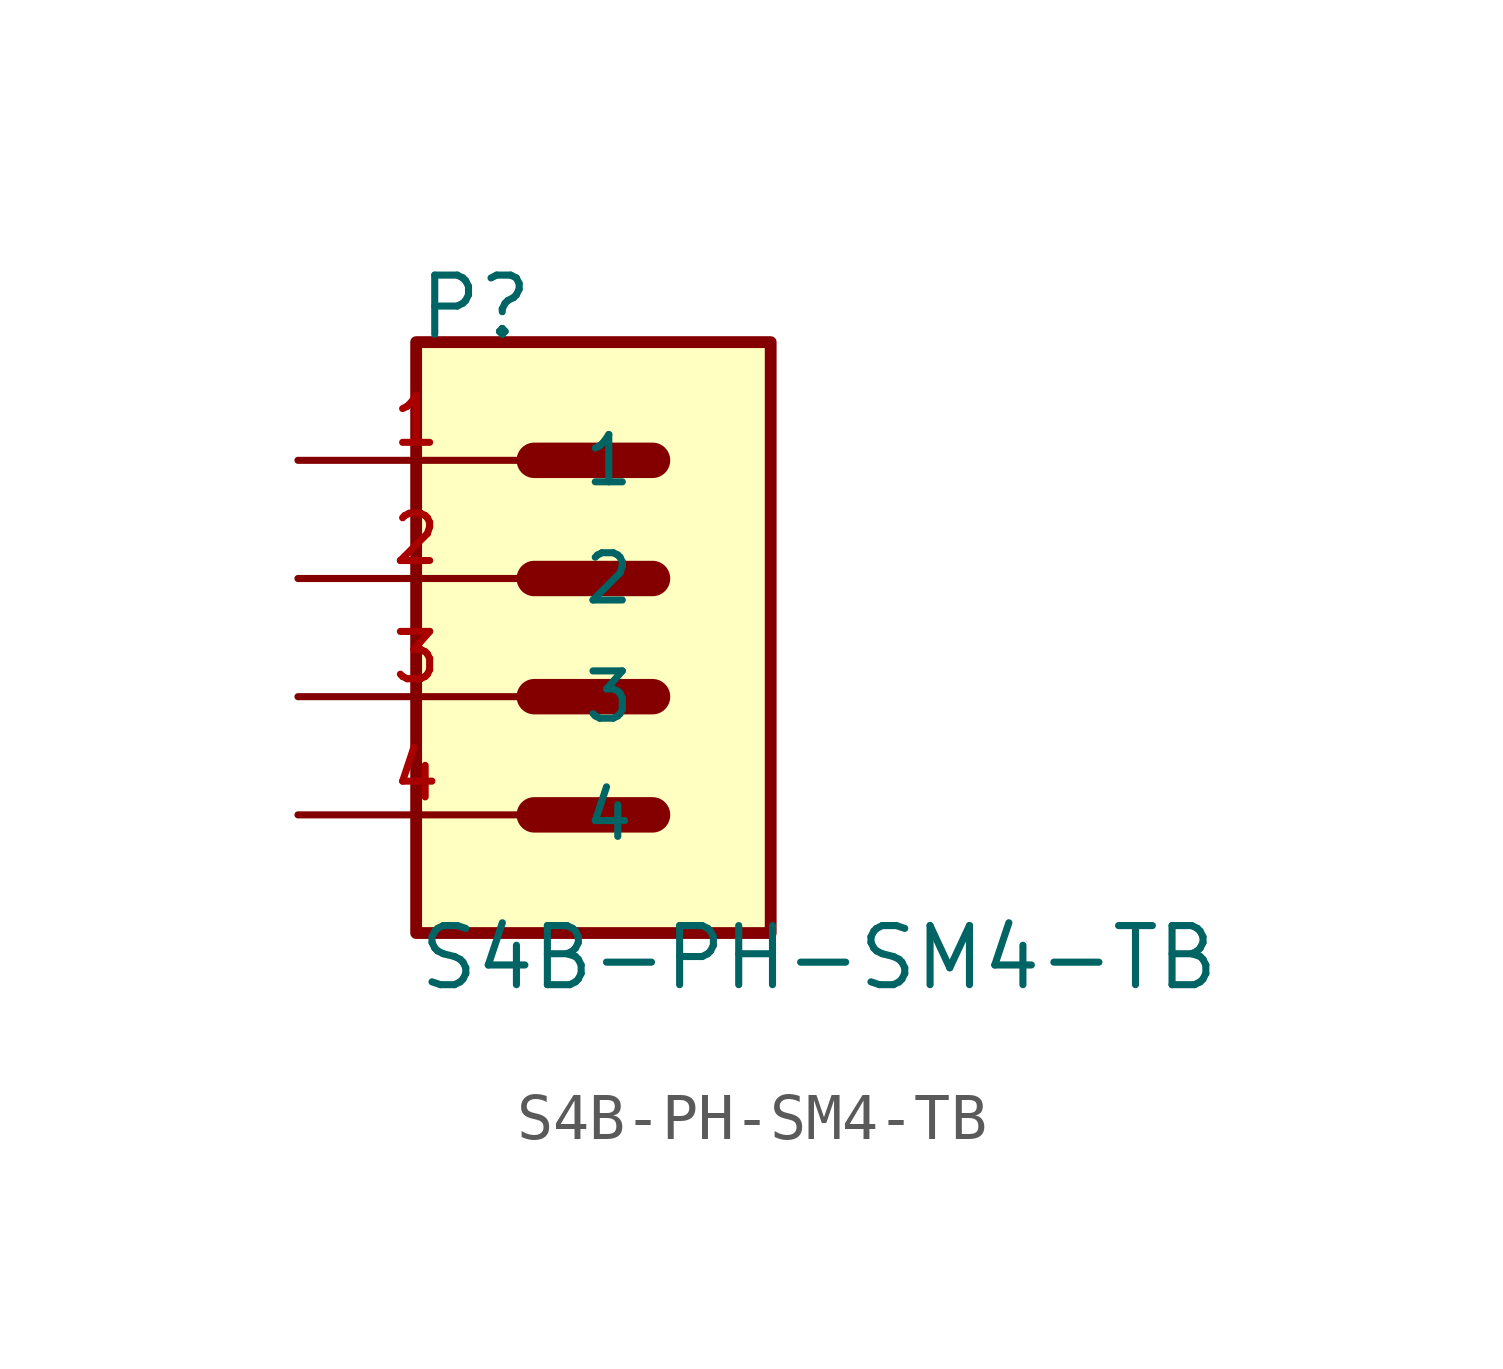
<source format=kicad_sym>
(kicad_symbol_lib
  (version 20211014)
  (generator kicad_symbol_editor)
  (symbol "S4B-PH-SM4-TB"
    (pin_names
      (offset 1.016))
    (property "Reference" "P"
      (at -2.543 6.357 0)
      (effects (font (size 1.27 1.27)) (justify bottom left)))
    (property "Value" "S4B-PH-SM4-TB"
      (at -2.541 -7.623 0)
      (effects (font (size 1.27 1.27)) (justify bottom left)))
    (symbol "S4B-PH-SM4-TB_0_0"
      (polyline (pts (xy 0.0 3.81) (xy 2.54 3.81)) (stroke (width 0.762)))
      (polyline (pts (xy 0.0 1.27) (xy 2.54 1.27)) (stroke (width 0.762)))
      (polyline (pts (xy 0.0 -1.27) (xy 2.54 -1.27)) (stroke (width 0.762)))
      (polyline (pts (xy 0.0 -3.81) (xy 2.54 -3.81)) (stroke (width 0.762)))
      (rectangle (start -2.54 -6.35) (end 5.08 6.35) (stroke (width 0.254)) (fill (type background)))
      (pin passive line (at -5.08 1.27 0) (length 5.08) (name "2" (effects (font (size 1.016 1.016)))) (number "2" (effects (font (size 1.016 1.016)))))
      (pin passive line (at -5.08 3.81 0) (length 5.08) (name "1" (effects (font (size 1.016 1.016)))) (number "1" (effects (font (size 1.016 1.016)))))
      (pin passive line (at -5.08 -1.27 0) (length 5.08) (name "3" (effects (font (size 1.016 1.016)))) (number "3" (effects (font (size 1.016 1.016)))))
      (pin passive line (at -5.08 -3.81 0) (length 5.08) (name "4" (effects (font (size 1.016 1.016)))) (number "4" (effects (font (size 1.016 1.016))))))))
</source>
